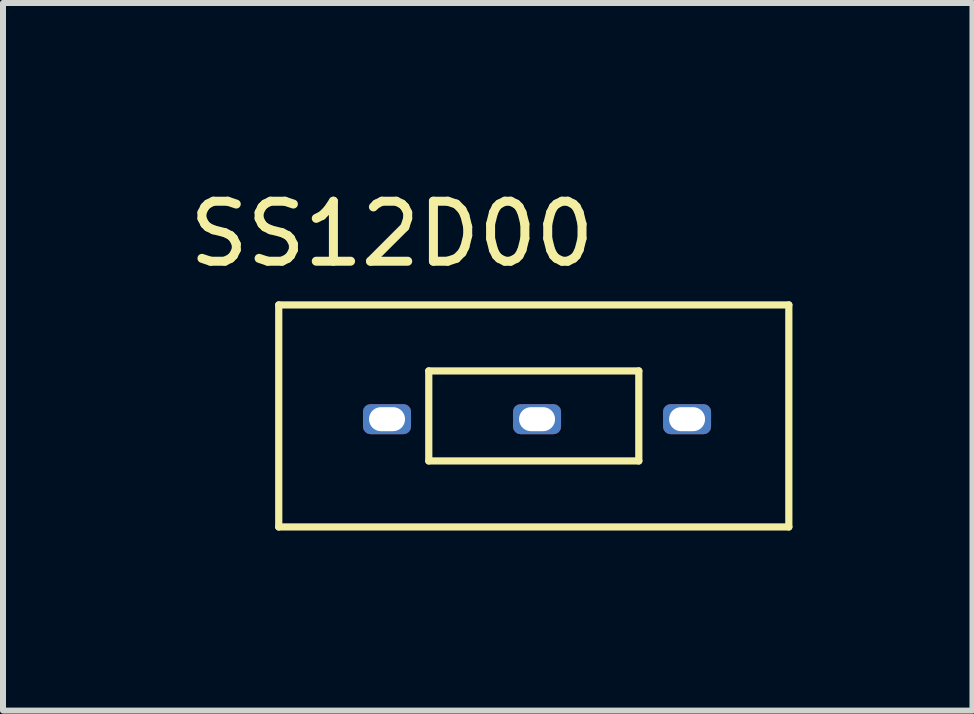
<source format=kicad_pcb>
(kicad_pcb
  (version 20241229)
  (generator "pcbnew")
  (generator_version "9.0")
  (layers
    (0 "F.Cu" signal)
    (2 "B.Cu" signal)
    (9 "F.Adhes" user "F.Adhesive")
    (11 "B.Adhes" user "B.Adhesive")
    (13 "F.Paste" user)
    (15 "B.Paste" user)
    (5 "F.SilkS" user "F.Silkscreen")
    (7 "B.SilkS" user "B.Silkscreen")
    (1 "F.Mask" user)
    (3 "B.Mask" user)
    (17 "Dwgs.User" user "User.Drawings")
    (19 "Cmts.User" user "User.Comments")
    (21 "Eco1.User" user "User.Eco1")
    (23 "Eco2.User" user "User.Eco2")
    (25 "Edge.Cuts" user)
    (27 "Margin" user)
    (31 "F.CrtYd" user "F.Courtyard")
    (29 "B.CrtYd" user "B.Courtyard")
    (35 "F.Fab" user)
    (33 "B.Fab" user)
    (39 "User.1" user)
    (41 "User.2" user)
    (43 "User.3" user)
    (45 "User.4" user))
  (footprint "SS12D00"
    (layer "F.Cu")
    (at 5.895 3.896)
    (property "Reference" "SS12D00" (at -2.413 -3.048 0) (layer "F.SilkS") (effects (font (size 1 1) (thickness 0.15))))
    (attr through_hole)
    (fp_line (start -4.3 -1.865) (end -4.3 1.835) (stroke (width 0.12) (type solid)) (layer "F.SilkS"))
    (fp_line (start -4.3 1.835) (end 4.2 1.835) (stroke (width 0.12) (type solid)) (layer "F.SilkS"))
    (fp_line (start -1.8 -0.765) (end 1.7 -0.765) (stroke (width 0.12) (type solid)) (layer "F.SilkS"))
    (fp_line (start -1.8 0.735) (end -1.8 -0.765) (stroke (width 0.12) (type solid)) (layer "F.SilkS"))
    (fp_line (start 1.7 -0.765) (end 1.7 0.735) (stroke (width 0.12) (type solid)) (layer "F.SilkS"))
    (fp_line (start 1.7 0.735) (end -1.8 0.735) (stroke (width 0.12) (type solid)) (layer "F.SilkS"))
    (fp_line (start 4.2 -1.865) (end -4.3 -1.865) (stroke (width 0.12) (type solid)) (layer "F.SilkS"))
    (fp_line (start 4.2 1.835) (end 4.2 -1.865) (stroke (width 0.12) (type solid)) (layer "F.SilkS"))
    (pad "1" thru_hole roundrect (at -2.496 0.039) (size 0.8 0.5) (drill oval 0.6 0.4) (layers "*.Cu" "*.Mask") (roundrect_rratio 0.25))
    (pad "2" thru_hole roundrect (at 0.004 0.039) (size 0.8 0.5) (drill oval 0.6 0.4) (layers "*.Cu" "*.Mask") (roundrect_rratio 0.25))
    (pad "3" thru_hole roundrect (at 2.504 0.039) (size 0.8 0.5) (drill oval 0.6 0.4) (layers "*.Cu" "*.Mask") (roundrect_rratio 0.25)))
  (gr_rect
    (start -3 -3)
    (end 13.155 8.791)
    (stroke (width 0.1) (type default))
    (fill no)
    (layer "Edge.Cuts")))
</source>
